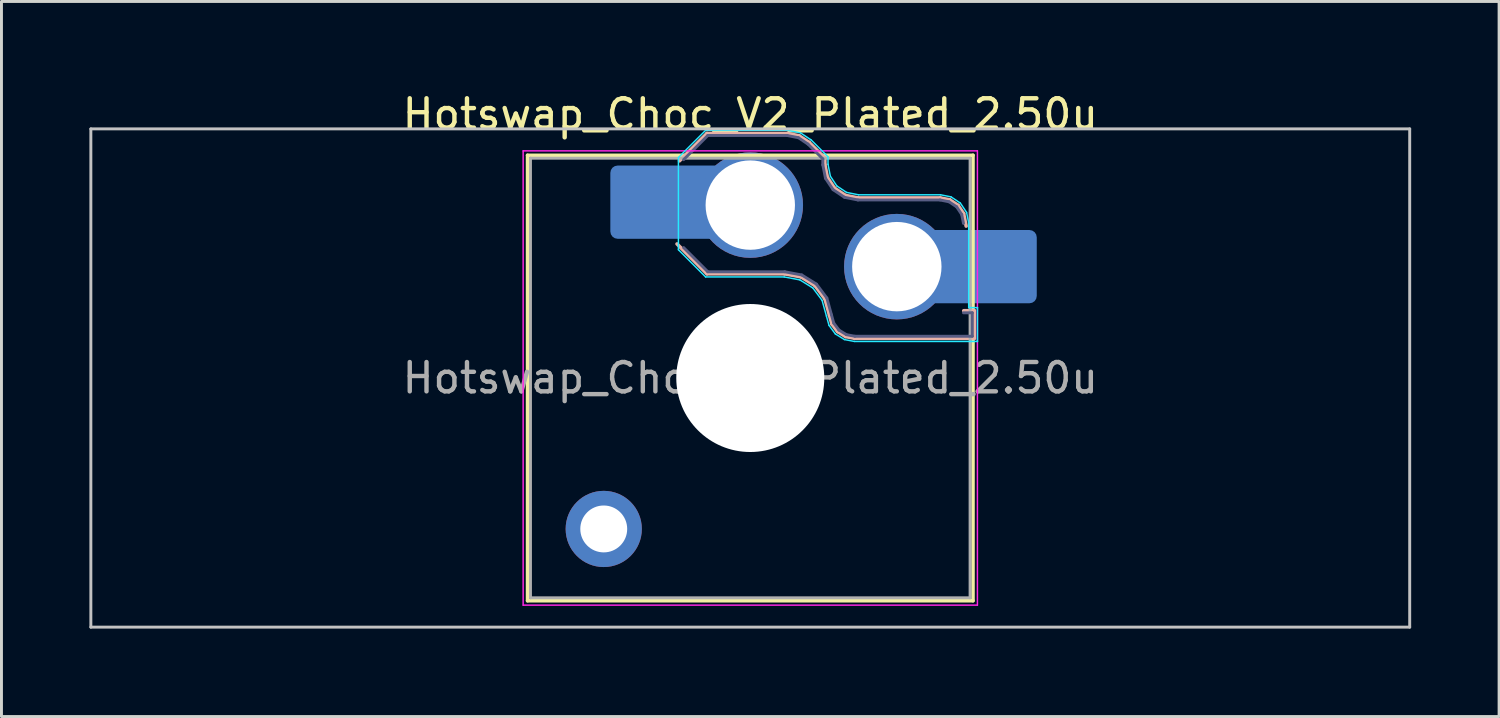
<source format=kicad_pcb>
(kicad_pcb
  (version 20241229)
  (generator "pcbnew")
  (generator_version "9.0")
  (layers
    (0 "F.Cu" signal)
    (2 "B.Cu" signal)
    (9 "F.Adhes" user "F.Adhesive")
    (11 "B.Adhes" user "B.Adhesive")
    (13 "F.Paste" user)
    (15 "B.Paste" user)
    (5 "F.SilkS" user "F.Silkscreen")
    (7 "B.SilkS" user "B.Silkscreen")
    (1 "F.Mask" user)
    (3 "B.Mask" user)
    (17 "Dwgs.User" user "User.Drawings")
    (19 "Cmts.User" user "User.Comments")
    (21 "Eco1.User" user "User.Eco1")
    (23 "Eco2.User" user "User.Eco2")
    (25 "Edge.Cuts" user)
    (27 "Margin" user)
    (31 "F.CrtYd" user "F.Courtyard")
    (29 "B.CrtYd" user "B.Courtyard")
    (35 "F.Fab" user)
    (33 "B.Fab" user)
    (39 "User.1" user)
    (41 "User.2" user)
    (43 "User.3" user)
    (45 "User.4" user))
  (footprint "Hotswap_Choc_V2_Plated_2.50u"
    (layer "F.Cu")
    (at 22.55 9.848)
    (property "Reference" "Hotswap_Choc_V2_Plated_2.50u" (at 0 -9 0) (layer "F.SilkS") (effects (font (size 1 1) (thickness 0.15))))
    (attr smd allow_soldermask_bridges)
    (fp_line (start -7.6 -7.6) (end -7.6 7.6) (stroke (width 0.12) (type solid)) (layer "F.SilkS"))
    (fp_line (start -7.6 7.6) (end 7.6 7.6) (stroke (width 0.12) (type solid)) (layer "F.SilkS"))
    (fp_line (start 7.6 -7.6) (end -7.6 -7.6) (stroke (width 0.12) (type solid)) (layer "F.SilkS"))
    (fp_line (start 7.6 7.6) (end 7.6 -7.6) (stroke (width 0.12) (type solid)) (layer "F.SilkS"))
    (fp_line (start -2.416 -7.409) (end -1.479 -8.346) (stroke (width 0.12) (type solid)) (layer "B.SilkS"))
    (fp_line (start -1.479 -8.346) (end 1.268 -8.346) (stroke (width 0.12) (type solid)) (layer "B.SilkS"))
    (fp_line (start -1.479 -3.554) (end -2.5 -4.575) (stroke (width 0.12) (type solid)) (layer "B.SilkS"))
    (fp_line (start 1.168 -3.554) (end -1.479 -3.554) (stroke (width 0.12) (type solid)) (layer "B.SilkS"))
    (fp_line (start 1.268 -8.346) (end 1.671 -8.266) (stroke (width 0.12) (type solid)) (layer "B.SilkS"))
    (fp_line (start 1.671 -8.266) (end 2.013 -8.037) (stroke (width 0.12) (type solid)) (layer "B.SilkS"))
    (fp_line (start 1.73 -3.449) (end 1.168 -3.554) (stroke (width 0.12) (type solid)) (layer "B.SilkS"))
    (fp_line (start 2.013 -8.037) (end 2.546 -7.504) (stroke (width 0.12) (type solid)) (layer "B.SilkS"))
    (fp_line (start 2.209 -3.15) (end 1.73 -3.449) (stroke (width 0.12) (type solid)) (layer "B.SilkS"))
    (fp_line (start 2.546 -7.504) (end 2.546 -7.282) (stroke (width 0.12) (type solid)) (layer "B.SilkS"))
    (fp_line (start 2.546 -7.282) (end 2.633 -6.844) (stroke (width 0.12) (type solid)) (layer "B.SilkS"))
    (fp_line (start 2.547 -2.697) (end 2.209 -3.15) (stroke (width 0.12) (type solid)) (layer "B.SilkS"))
    (fp_line (start 2.633 -6.844) (end 2.877 -6.477) (stroke (width 0.12) (type solid)) (layer "B.SilkS"))
    (fp_line (start 2.701 -2.139) (end 2.547 -2.697) (stroke (width 0.12) (type solid)) (layer "B.SilkS"))
    (fp_line (start 2.783 -1.841) (end 2.701 -2.139) (stroke (width 0.12) (type solid)) (layer "B.SilkS"))
    (fp_line (start 2.877 -6.477) (end 3.244 -6.233) (stroke (width 0.12) (type solid)) (layer "B.SilkS"))
    (fp_line (start 2.976 -1.583) (end 2.783 -1.841) (stroke (width 0.12) (type solid)) (layer "B.SilkS"))
    (fp_line (start 3.244 -6.233) (end 3.682 -6.146) (stroke (width 0.12) (type solid)) (layer "B.SilkS"))
    (fp_line (start 3.25 -1.413) (end 2.976 -1.583) (stroke (width 0.12) (type solid)) (layer "B.SilkS"))
    (fp_line (start 3.56 -1.354) (end 3.25 -1.413) (stroke (width 0.12) (type solid)) (layer "B.SilkS"))
    (fp_line (start 3.682 -6.146) (end 6.482 -6.146) (stroke (width 0.12) (type solid)) (layer "B.SilkS"))
    (fp_line (start 6.482 -6.146) (end 6.809 -6.081) (stroke (width 0.12) (type solid)) (layer "B.SilkS"))
    (fp_line (start 6.809 -6.081) (end 7.092 -5.892) (stroke (width 0.12) (type solid)) (layer "B.SilkS"))
    (fp_line (start 7.092 -5.892) (end 7.281 -5.609) (stroke (width 0.12) (type solid)) (layer "B.SilkS"))
    (fp_line (start 7.281 -5.609) (end 7.366 -5.182) (stroke (width 0.12) (type solid)) (layer "B.SilkS"))
    (fp_line (start 7.283 -2.296) (end 7.646 -2.296) (stroke (width 0.12) (type solid)) (layer "B.SilkS"))
    (fp_line (start 7.646 -2.296) (end 7.646 -1.354) (stroke (width 0.12) (type solid)) (layer "B.SilkS"))
    (fp_line (start 7.646 -1.354) (end 3.56 -1.354) (stroke (width 0.12) (type solid)) (layer "B.SilkS"))
    (fp_line (start -22.5 -8.5) (end -22.5 8.5) (stroke (width 0.1) (type solid)) (layer "Dwgs.User"))
    (fp_line (start -22.5 8.5) (end 22.5 8.5) (stroke (width 0.1) (type solid)) (layer "Dwgs.User"))
    (fp_line (start 22.5 -8.5) (end -22.5 -8.5) (stroke (width 0.1) (type solid)) (layer "Dwgs.User"))
    (fp_line (start 22.5 8.5) (end 22.5 -8.5) (stroke (width 0.1) (type solid)) (layer "Dwgs.User"))
    (fp_line (start -7.25 -7.25) (end -7.25 7.25) (stroke (width 0.1) (type solid)) (layer "Eco1.User"))
    (fp_line (start -7.25 7.25) (end 7.25 7.25) (stroke (width 0.1) (type solid)) (layer "Eco1.User"))
    (fp_line (start 7.25 -7.25) (end -7.25 -7.25) (stroke (width 0.1) (type solid)) (layer "Eco1.User"))
    (fp_line (start 7.25 7.25) (end 7.25 -7.25) (stroke (width 0.1) (type solid)) (layer "Eco1.User"))
    (fp_line (start -2.452 -7.523) (end -1.523 -8.452) (stroke (width 0.05) (type solid)) (layer "B.CrtYd"))
    (fp_line (start -2.452 -4.377) (end -2.452 -7.523) (stroke (width 0.05) (type solid)) (layer "B.CrtYd"))
    (fp_line (start -1.523 -8.452) (end 1.278 -8.452) (stroke (width 0.05) (type solid)) (layer "B.CrtYd"))
    (fp_line (start -1.523 -3.448) (end -2.452 -4.377) (stroke (width 0.05) (type solid)) (layer "B.CrtYd"))
    (fp_line (start 1.159 -3.448) (end -1.523 -3.448) (stroke (width 0.05) (type solid)) (layer "B.CrtYd"))
    (fp_line (start 1.278 -8.452) (end 1.712 -8.366) (stroke (width 0.05) (type solid)) (layer "B.CrtYd"))
    (fp_line (start 1.691 -3.348) (end 1.159 -3.448) (stroke (width 0.05) (type solid)) (layer "B.CrtYd"))
    (fp_line (start 1.712 -8.366) (end 2.081 -8.119) (stroke (width 0.05) (type solid)) (layer "B.CrtYd"))
    (fp_line (start 2.081 -8.119) (end 2.652 -7.548) (stroke (width 0.05) (type solid)) (layer "B.CrtYd"))
    (fp_line (start 2.136 -3.071) (end 1.691 -3.348) (stroke (width 0.05) (type solid)) (layer "B.CrtYd"))
    (fp_line (start 2.45 -2.65) (end 2.136 -3.071) (stroke (width 0.05) (type solid)) (layer "B.CrtYd"))
    (fp_line (start 2.599 -2.111) (end 2.45 -2.65) (stroke (width 0.05) (type solid)) (layer "B.CrtYd"))
    (fp_line (start 2.652 -7.548) (end 2.652 -7.292) (stroke (width 0.05) (type solid)) (layer "B.CrtYd"))
    (fp_line (start 2.652 -7.292) (end 2.733 -6.885) (stroke (width 0.05) (type solid)) (layer "B.CrtYd"))
    (fp_line (start 2.687 -1.794) (end 2.599 -2.111) (stroke (width 0.05) (type solid)) (layer "B.CrtYd"))
    (fp_line (start 2.733 -6.885) (end 2.953 -6.553) (stroke (width 0.05) (type solid)) (layer "B.CrtYd"))
    (fp_line (start 2.903 -1.503) (end 2.687 -1.794) (stroke (width 0.05) (type solid)) (layer "B.CrtYd"))
    (fp_line (start 2.953 -6.553) (end 3.285 -6.333) (stroke (width 0.05) (type solid)) (layer "B.CrtYd"))
    (fp_line (start 3.211 -1.312) (end 2.903 -1.503) (stroke (width 0.05) (type solid)) (layer "B.CrtYd"))
    (fp_line (start 3.285 -6.333) (end 3.692 -6.252) (stroke (width 0.05) (type solid)) (layer "B.CrtYd"))
    (fp_line (start 3.55 -1.248) (end 3.211 -1.312) (stroke (width 0.05) (type solid)) (layer "B.CrtYd"))
    (fp_line (start 3.692 -6.252) (end 6.492 -6.252) (stroke (width 0.05) (type solid)) (layer "B.CrtYd"))
    (fp_line (start 6.492 -6.252) (end 6.85 -6.181) (stroke (width 0.05) (type solid)) (layer "B.CrtYd"))
    (fp_line (start 6.85 -6.181) (end 7.168 -5.968) (stroke (width 0.05) (type solid)) (layer "B.CrtYd"))
    (fp_line (start 7.168 -5.968) (end 7.381 -5.65) (stroke (width 0.05) (type solid)) (layer "B.CrtYd"))
    (fp_line (start 7.381 -5.65) (end 7.452 -5.292) (stroke (width 0.05) (type solid)) (layer "B.CrtYd"))
    (fp_line (start 7.452 -5.292) (end 7.452 -2.402) (stroke (width 0.05) (type solid)) (layer "B.CrtYd"))
    (fp_line (start 7.452 -2.402) (end 7.752 -2.402) (stroke (width 0.05) (type solid)) (layer "B.CrtYd"))
    (fp_line (start 7.752 -2.402) (end 7.752 -1.248) (stroke (width 0.05) (type solid)) (layer "B.CrtYd"))
    (fp_line (start 7.752 -1.248) (end 3.55 -1.248) (stroke (width 0.05) (type solid)) (layer "B.CrtYd"))
    (fp_line (start -7.75 -7.75) (end -7.75 7.75) (stroke (width 0.05) (type solid)) (layer "F.CrtYd"))
    (fp_line (start -7.75 7.75) (end 7.75 7.75) (stroke (width 0.05) (type solid)) (layer "F.CrtYd"))
    (fp_line (start 7.75 -7.75) (end -7.75 -7.75) (stroke (width 0.05) (type solid)) (layer "F.CrtYd"))
    (fp_line (start 7.75 7.75) (end 7.75 -7.75) (stroke (width 0.05) (type solid)) (layer "F.CrtYd"))
    (fp_line (start -2.275 -7.45) (end -1.45 -8.275) (stroke (width 0.1) (type solid)) (layer "B.Fab"))
    (fp_line (start -1.45 -8.275) (end 1.261 -8.275) (stroke (width 0.1) (type solid)) (layer "B.Fab"))
    (fp_line (start -1.45 -3.625) (end -2.275 -4.45) (stroke (width 0.1) (type solid)) (layer "B.Fab"))
    (fp_line (start 1.175 -3.625) (end -1.45 -3.625) (stroke (width 0.1) (type solid)) (layer "B.Fab"))
    (fp_line (start 1.261 -8.275) (end 1.643 -8.199) (stroke (width 0.1) (type solid)) (layer "B.Fab"))
    (fp_line (start 1.643 -8.199) (end 1.968 -7.982) (stroke (width 0.1) (type solid)) (layer "B.Fab"))
    (fp_line (start 1.756 -3.516) (end 1.175 -3.625) (stroke (width 0.1) (type solid)) (layer "B.Fab"))
    (fp_line (start 1.968 -7.982) (end 2.475 -7.475) (stroke (width 0.1) (type solid)) (layer "B.Fab"))
    (fp_line (start 2.258 -3.203) (end 1.756 -3.516) (stroke (width 0.1) (type solid)) (layer "B.Fab"))
    (fp_line (start 2.475 -7.475) (end 2.475 -7.275) (stroke (width 0.1) (type solid)) (layer "B.Fab"))
    (fp_line (start 2.475 -7.275) (end 2.566 -6.816) (stroke (width 0.1) (type solid)) (layer "B.Fab"))
    (fp_line (start 2.566 -6.816) (end 2.826 -6.426) (stroke (width 0.1) (type solid)) (layer "B.Fab"))
    (fp_line (start 2.612 -2.729) (end 2.258 -3.203) (stroke (width 0.1) (type solid)) (layer "B.Fab"))
    (fp_line (start 2.769 -2.158) (end 2.612 -2.729) (stroke (width 0.1) (type solid)) (layer "B.Fab"))
    (fp_line (start 2.826 -6.426) (end 3.216 -6.166) (stroke (width 0.1) (type solid)) (layer "B.Fab"))
    (fp_line (start 2.848 -1.873) (end 2.769 -2.158) (stroke (width 0.1) (type solid)) (layer "B.Fab"))
    (fp_line (start 3.025 -1.636) (end 2.848 -1.873) (stroke (width 0.1) (type solid)) (layer "B.Fab"))
    (fp_line (start 3.216 -6.166) (end 3.675 -6.075) (stroke (width 0.1) (type solid)) (layer "B.Fab"))
    (fp_line (start 3.276 -1.48) (end 3.025 -1.636) (stroke (width 0.1) (type solid)) (layer "B.Fab"))
    (fp_line (start 3.567 -1.425) (end 3.276 -1.48) (stroke (width 0.1) (type solid)) (layer "B.Fab"))
    (fp_line (start 3.675 -6.075) (end 6.475 -6.075) (stroke (width 0.1) (type solid)) (layer "B.Fab"))
    (fp_line (start 6.475 -6.075) (end 6.781 -6.014) (stroke (width 0.1) (type solid)) (layer "B.Fab"))
    (fp_line (start 6.781 -6.014) (end 7.041 -5.841) (stroke (width 0.1) (type solid)) (layer "B.Fab"))
    (fp_line (start 7.041 -5.841) (end 7.214 -5.581) (stroke (width 0.1) (type solid)) (layer "B.Fab"))
    (fp_line (start 7.214 -5.581) (end 7.275 -5.275) (stroke (width 0.1) (type solid)) (layer "B.Fab"))
    (fp_line (start 7.275 -2.225) (end 7.575 -2.225) (stroke (width 0.1) (type solid)) (layer "B.Fab"))
    (fp_line (start 7.575 -2.225) (end 7.575 -1.425) (stroke (width 0.1) (type solid)) (layer "B.Fab"))
    (fp_line (start 7.575 -1.425) (end 3.567 -1.425) (stroke (width 0.1) (type solid)) (layer "B.Fab"))
    (fp_line (start -7.5 -7.5) (end -7.5 7.5) (stroke (width 0.1) (type solid)) (layer "F.Fab"))
    (fp_line (start -7.5 7.5) (end 7.5 7.5) (stroke (width 0.1) (type solid)) (layer "F.Fab"))
    (fp_line (start 7.5 -7.5) (end -7.5 -7.5) (stroke (width 0.1) (type solid)) (layer "F.Fab"))
    (fp_line (start 7.5 7.5) (end 7.5 -7.5) (stroke (width 0.1) (type solid)) (layer "F.Fab"))
    (fp_text user "${REFERENCE}" (at 0 0 0) (layer "F.Fab") (effects (font (size 1 1) (thickness 0.15))))
    (pad "" thru_hole circle (at -5 5.15) (size 2.6 2.6) (drill 1.6) (layers "*.Cu" "*.Mask"))
    (pad "" smd roundrect (at -3.5 -6) (size 2.55 2.5) (layers "B.Mask" "B.Paste") (roundrect_rratio 0.1))
    (pad "" np_thru_hole circle (at 0 0) (size 5.05 5.05) (drill 5.05) (layers "*.Cu" "*.Mask"))
    (pad "" smd roundrect (at 8.5 -3.8) (size 2.55 2.5) (layers "B.Mask" "B.Paste") (roundrect_rratio 0.1))
    (pad "1" smd roundrect (at -2.85 -6) (size 3.85 2.5) (layers "B.Cu") (roundrect_rratio 0.1))
    (pad "1" thru_hole circle (at 0 -5.9) (size 3.6 3.6) (drill 3.05) (layers "*.Cu" "*.Mask"))
    (pad "2" thru_hole circle (at 5 -3.8) (size 3.6 3.6) (drill 3.05) (layers "*.Cu" "*.Mask"))
    (pad "2" smd roundrect (at 7.85 -3.8) (size 3.85 2.5) (layers "B.Cu") (roundrect_rratio 0.1)))
  (gr_rect
    (start -3 -3)
    (end 48.1 21.398)
    (stroke (width 0.1) (type default))
    (fill no)
    (layer "Edge.Cuts")))
</source>
